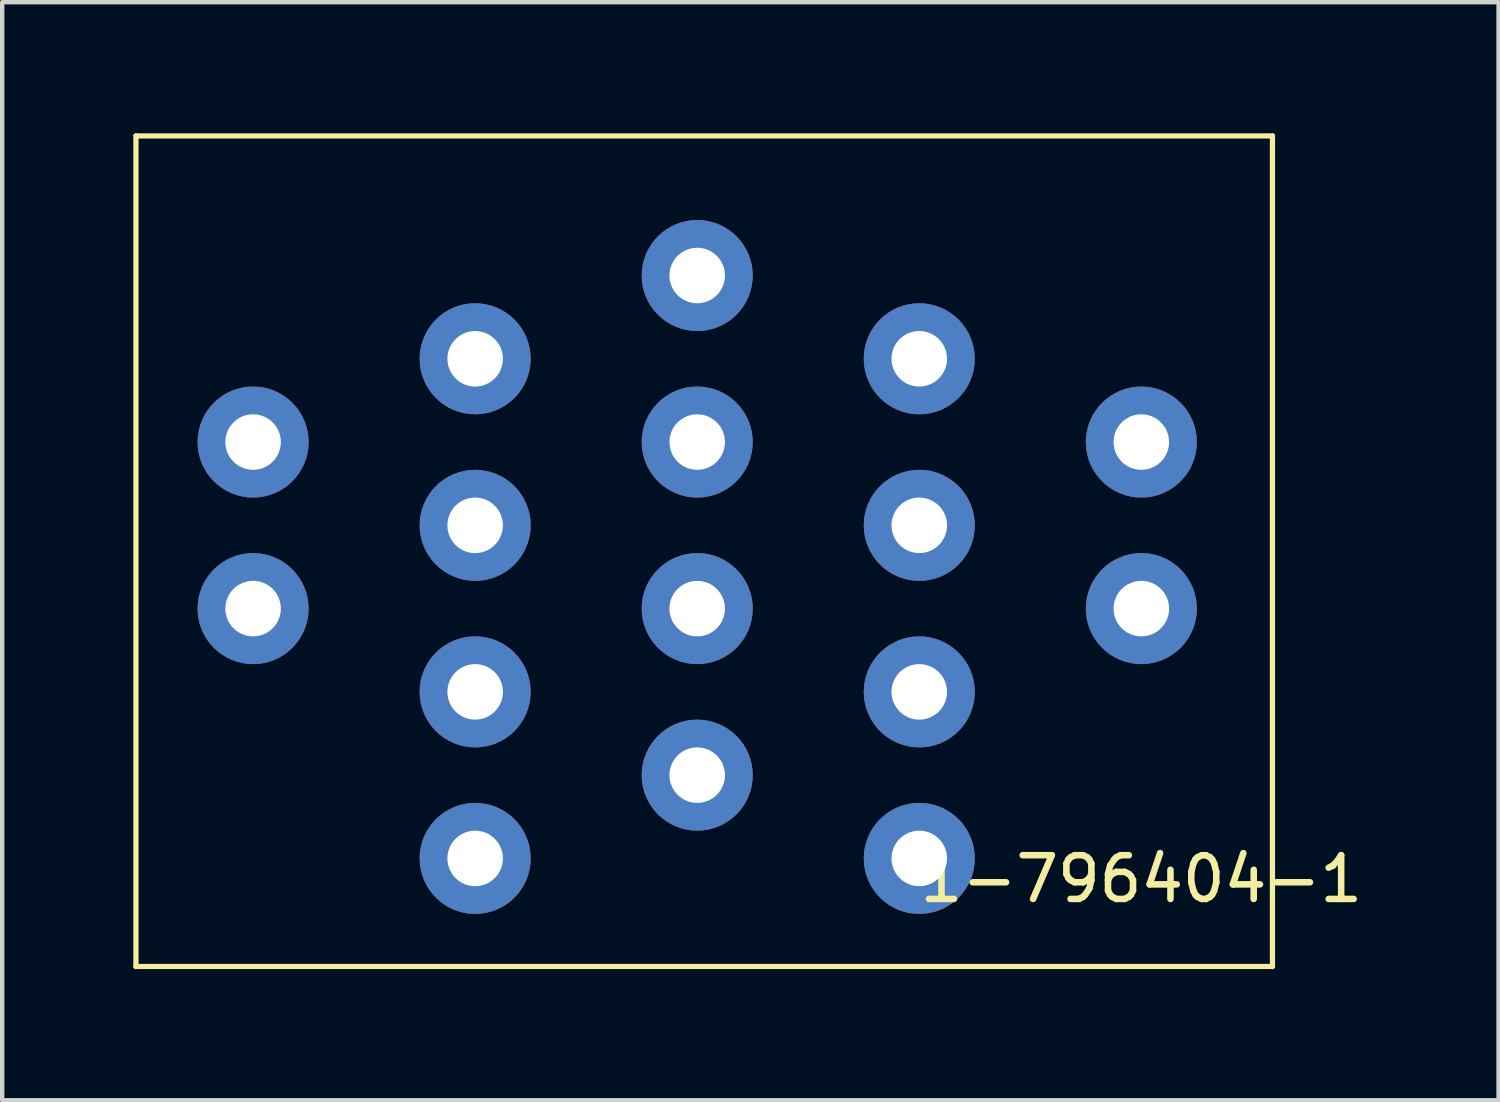
<source format=kicad_pcb>
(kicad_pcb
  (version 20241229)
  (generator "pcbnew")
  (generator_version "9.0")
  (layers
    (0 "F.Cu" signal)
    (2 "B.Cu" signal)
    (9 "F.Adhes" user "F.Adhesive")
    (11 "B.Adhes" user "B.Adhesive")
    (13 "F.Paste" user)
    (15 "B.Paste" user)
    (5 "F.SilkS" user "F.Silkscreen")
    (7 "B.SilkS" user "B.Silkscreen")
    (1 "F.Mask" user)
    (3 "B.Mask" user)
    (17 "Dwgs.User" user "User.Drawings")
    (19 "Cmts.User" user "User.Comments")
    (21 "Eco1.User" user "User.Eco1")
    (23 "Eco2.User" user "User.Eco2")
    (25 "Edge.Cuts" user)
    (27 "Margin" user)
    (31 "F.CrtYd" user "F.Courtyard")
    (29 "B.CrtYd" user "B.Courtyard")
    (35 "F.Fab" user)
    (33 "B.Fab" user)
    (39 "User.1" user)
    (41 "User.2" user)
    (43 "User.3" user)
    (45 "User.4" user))
  (footprint "1-796404-1"
    (layer "F.Cu")
    (at 23.06 10.06)
    (property "Reference" "1-796404-1" (at 0 7 0) (layer "F.SilkS") (effects (font (size 1 1) (thickness 0.15))))
    (attr through_hole)
    (fp_line (start -23 -10) (end 3 -10) (stroke (width 0.12) (type solid)) (layer "F.SilkS"))
    (fp_line (start -23 9) (end -23 -10) (stroke (width 0.12) (type solid)) (layer "F.SilkS"))
    (fp_line (start 3 -10) (end 3 9) (stroke (width 0.12) (type solid)) (layer "F.SilkS"))
    (fp_line (start 3 9) (end -23 9) (stroke (width 0.12) (type solid)) (layer "F.SilkS"))
    (pad "1" thru_hole circle (at 0 -2.997) (size 2.54 2.54) (drill 1.27) (layers "*.Cu" "*.Mask"))
    (pad "2" thru_hole circle (at 0 0.813) (size 2.54 2.54) (drill 1.27) (layers "*.Cu" "*.Mask"))
    (pad "3" thru_hole circle (at -5.08 -4.902) (size 2.54 2.54) (drill 1.27) (layers "*.Cu" "*.Mask"))
    (pad "4" thru_hole circle (at -5.08 -1.092) (size 2.54 2.54) (drill 1.27) (layers "*.Cu" "*.Mask"))
    (pad "5" thru_hole circle (at -5.08 2.718) (size 2.54 2.54) (drill 1.27) (layers "*.Cu" "*.Mask"))
    (pad "6" thru_hole circle (at -5.08 6.528) (size 2.54 2.54) (drill 1.27) (layers "*.Cu" "*.Mask"))
    (pad "7" thru_hole circle (at -10.16 -6.807) (size 2.54 2.54) (drill 1.27) (layers "*.Cu" "*.Mask"))
    (pad "8" thru_hole circle (at -10.16 -2.997) (size 2.54 2.54) (drill 1.27) (layers "*.Cu" "*.Mask"))
    (pad "9" thru_hole circle (at -10.16 0.813) (size 2.54 2.54) (drill 1.27) (layers "*.Cu" "*.Mask"))
    (pad "10" thru_hole circle (at -10.16 4.623) (size 2.54 2.54) (drill 1.27) (layers "*.Cu" "*.Mask"))
    (pad "11" thru_hole circle (at -15.24 -4.902) (size 2.54 2.54) (drill 1.27) (layers "*.Cu" "*.Mask"))
    (pad "12" thru_hole circle (at -15.24 -1.092) (size 2.54 2.54) (drill 1.27) (layers "*.Cu" "*.Mask"))
    (pad "13" thru_hole circle (at -15.24 2.718) (size 2.54 2.54) (drill 1.27) (layers "*.Cu" "*.Mask"))
    (pad "14" thru_hole circle (at -15.24 6.528) (size 2.54 2.54) (drill 1.27) (layers "*.Cu" "*.Mask"))
    (pad "15" thru_hole circle (at -20.32 -2.997) (size 2.54 2.54) (drill 1.27) (layers "*.Cu" "*.Mask"))
    (pad "16" thru_hole circle (at -20.32 0.813) (size 2.54 2.54) (drill 1.27) (layers "*.Cu" "*.Mask")))
  (gr_rect
    (start -3 -3)
    (end 31.233 22.12)
    (stroke (width 0.1) (type default))
    (fill no)
    (layer "Edge.Cuts")))
</source>
